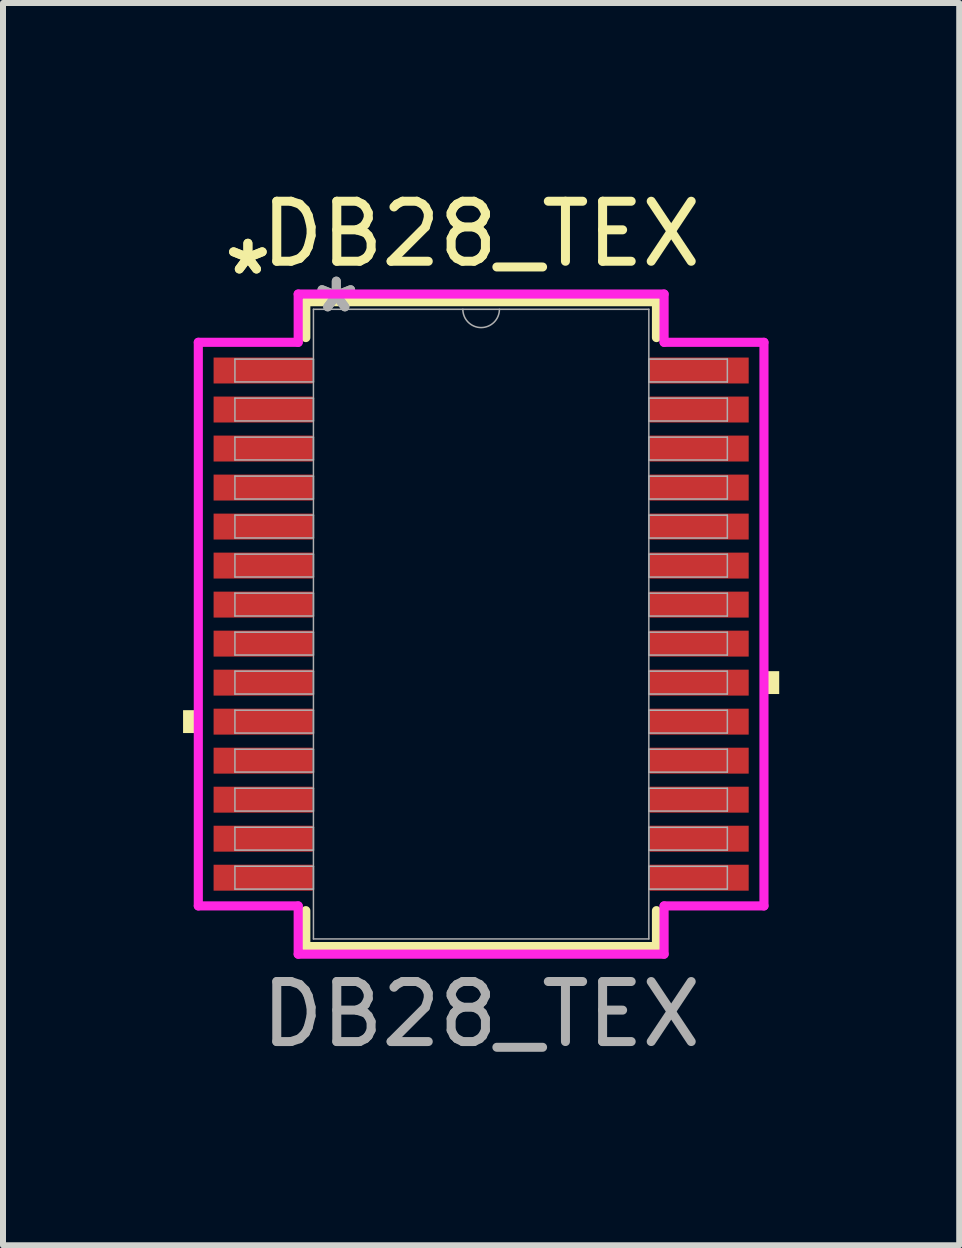
<source format=kicad_pcb>
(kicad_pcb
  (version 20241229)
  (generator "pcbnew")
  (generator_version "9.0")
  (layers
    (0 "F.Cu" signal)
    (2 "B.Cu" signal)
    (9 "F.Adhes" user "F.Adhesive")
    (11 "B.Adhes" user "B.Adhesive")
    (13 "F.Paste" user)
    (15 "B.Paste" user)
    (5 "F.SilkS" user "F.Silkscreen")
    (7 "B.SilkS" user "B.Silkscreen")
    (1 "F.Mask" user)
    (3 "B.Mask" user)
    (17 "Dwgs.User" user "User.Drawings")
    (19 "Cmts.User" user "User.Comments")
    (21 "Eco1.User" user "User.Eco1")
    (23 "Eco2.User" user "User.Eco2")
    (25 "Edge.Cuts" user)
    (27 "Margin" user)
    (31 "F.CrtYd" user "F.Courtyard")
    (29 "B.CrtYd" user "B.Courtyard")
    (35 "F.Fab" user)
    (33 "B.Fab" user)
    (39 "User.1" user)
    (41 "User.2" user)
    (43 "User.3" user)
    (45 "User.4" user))
  (footprint "DB28_TEX"
    (layer "F.Cu")
    (at 4.966 7.348)
    (property "Reference" "DB28_TEX" (at 0 -6.5 0) (unlocked yes) (layer "F.SilkS") (effects (font (size 1 1) (thickness 0.15))))
    (attr smd)
    (fp_line (start -2.921 -5.372) (end -2.921 -4.774) (stroke (width 0.152) (type solid)) (layer "F.SilkS"))
    (fp_line (start -2.921 4.774) (end -2.921 5.372) (stroke (width 0.152) (type solid)) (layer "F.SilkS"))
    (fp_line (start -2.921 5.372) (end 2.921 5.372) (stroke (width 0.152) (type solid)) (layer "F.SilkS"))
    (fp_line (start 2.921 -5.372) (end -2.921 -5.372) (stroke (width 0.152) (type solid)) (layer "F.SilkS"))
    (fp_line (start 2.921 -4.774) (end 2.921 -5.372) (stroke (width 0.152) (type solid)) (layer "F.SilkS"))
    (fp_line (start 2.921 5.372) (end 2.921 4.774) (stroke (width 0.152) (type solid)) (layer "F.SilkS"))
    (fp_poly (pts (xy -4.966 1.434) (xy -4.966 1.815) (xy -4.712 1.815) (xy -4.712 1.434)) (stroke (width 0) (type solid)) (fill yes) (layer "F.SilkS"))
    (fp_poly (pts (xy 4.966 0.784) (xy 4.966 1.165) (xy 4.712 1.165) (xy 4.712 0.784)) (stroke (width 0) (type solid)) (fill yes) (layer "F.SilkS"))
    (fp_line (start -4.712 -4.695) (end -3.048 -4.695) (stroke (width 0.152) (type solid)) (layer "F.CrtYd"))
    (fp_line (start -4.712 4.695) (end -4.712 -4.695) (stroke (width 0.152) (type solid)) (layer "F.CrtYd"))
    (fp_line (start -4.712 4.695) (end -3.048 4.695) (stroke (width 0.152) (type solid)) (layer "F.CrtYd"))
    (fp_line (start -3.048 -5.499) (end 3.048 -5.499) (stroke (width 0.152) (type solid)) (layer "F.CrtYd"))
    (fp_line (start -3.048 -4.695) (end -3.048 -5.499) (stroke (width 0.152) (type solid)) (layer "F.CrtYd"))
    (fp_line (start -3.048 5.499) (end -3.048 4.695) (stroke (width 0.152) (type solid)) (layer "F.CrtYd"))
    (fp_line (start 3.048 -5.499) (end 3.048 -4.695) (stroke (width 0.152) (type solid)) (layer "F.CrtYd"))
    (fp_line (start 3.048 4.695) (end 3.048 5.499) (stroke (width 0.152) (type solid)) (layer "F.CrtYd"))
    (fp_line (start 3.048 5.499) (end -3.048 5.499) (stroke (width 0.152) (type solid)) (layer "F.CrtYd"))
    (fp_line (start 4.712 -4.695) (end 3.048 -4.695) (stroke (width 0.152) (type solid)) (layer "F.CrtYd"))
    (fp_line (start 4.712 -4.695) (end 4.712 4.695) (stroke (width 0.152) (type solid)) (layer "F.CrtYd"))
    (fp_line (start 4.712 4.695) (end 3.048 4.695) (stroke (width 0.152) (type solid)) (layer "F.CrtYd"))
    (fp_line (start -4.102 -4.415) (end -4.102 -4.035) (stroke (width 0.025) (type solid)) (layer "F.Fab"))
    (fp_line (start -4.102 -4.035) (end -2.794 -4.035) (stroke (width 0.025) (type solid)) (layer "F.Fab"))
    (fp_line (start -4.102 -3.765) (end -4.102 -3.385) (stroke (width 0.025) (type solid)) (layer "F.Fab"))
    (fp_line (start -4.102 -3.385) (end -2.794 -3.385) (stroke (width 0.025) (type solid)) (layer "F.Fab"))
    (fp_line (start -4.102 -3.115) (end -4.102 -2.735) (stroke (width 0.025) (type solid)) (layer "F.Fab"))
    (fp_line (start -4.102 -2.735) (end -2.794 -2.735) (stroke (width 0.025) (type solid)) (layer "F.Fab"))
    (fp_line (start -4.102 -2.466) (end -4.102 -2.084) (stroke (width 0.025) (type solid)) (layer "F.Fab"))
    (fp_line (start -4.102 -2.084) (end -2.794 -2.084) (stroke (width 0.025) (type solid)) (layer "F.Fab"))
    (fp_line (start -4.102 -1.816) (end -4.102 -1.435) (stroke (width 0.025) (type solid)) (layer "F.Fab"))
    (fp_line (start -4.102 -1.435) (end -2.794 -1.435) (stroke (width 0.025) (type solid)) (layer "F.Fab"))
    (fp_line (start -4.102 -1.166) (end -4.102 -0.785) (stroke (width 0.025) (type solid)) (layer "F.Fab"))
    (fp_line (start -4.102 -0.785) (end -2.794 -0.785) (stroke (width 0.025) (type solid)) (layer "F.Fab"))
    (fp_line (start -4.102 -0.516) (end -4.102 -0.135) (stroke (width 0.025) (type solid)) (layer "F.Fab"))
    (fp_line (start -4.102 -0.135) (end -2.794 -0.135) (stroke (width 0.025) (type solid)) (layer "F.Fab"))
    (fp_line (start -4.102 0.134) (end -4.102 0.515) (stroke (width 0.025) (type solid)) (layer "F.Fab"))
    (fp_line (start -4.102 0.515) (end -2.794 0.515) (stroke (width 0.025) (type solid)) (layer "F.Fab"))
    (fp_line (start -4.102 0.784) (end -4.102 1.165) (stroke (width 0.025) (type solid)) (layer "F.Fab"))
    (fp_line (start -4.102 1.165) (end -2.794 1.165) (stroke (width 0.025) (type solid)) (layer "F.Fab"))
    (fp_line (start -4.102 1.434) (end -4.102 1.815) (stroke (width 0.025) (type solid)) (layer "F.Fab"))
    (fp_line (start -4.102 1.815) (end -2.794 1.815) (stroke (width 0.025) (type solid)) (layer "F.Fab"))
    (fp_line (start -4.102 2.084) (end -4.102 2.465) (stroke (width 0.025) (type solid)) (layer "F.Fab"))
    (fp_line (start -4.102 2.465) (end -2.794 2.465) (stroke (width 0.025) (type solid)) (layer "F.Fab"))
    (fp_line (start -4.102 2.734) (end -4.102 3.115) (stroke (width 0.025) (type solid)) (layer "F.Fab"))
    (fp_line (start -4.102 3.115) (end -2.794 3.115) (stroke (width 0.025) (type solid)) (layer "F.Fab"))
    (fp_line (start -4.102 3.384) (end -4.102 3.765) (stroke (width 0.025) (type solid)) (layer "F.Fab"))
    (fp_line (start -4.102 3.765) (end -2.794 3.765) (stroke (width 0.025) (type solid)) (layer "F.Fab"))
    (fp_line (start -4.102 4.034) (end -4.102 4.415) (stroke (width 0.025) (type solid)) (layer "F.Fab"))
    (fp_line (start -4.102 4.415) (end -2.794 4.415) (stroke (width 0.025) (type solid)) (layer "F.Fab"))
    (fp_line (start -2.794 -5.245) (end -2.794 5.245) (stroke (width 0.025) (type solid)) (layer "F.Fab"))
    (fp_line (start -2.794 -4.415) (end -4.102 -4.415) (stroke (width 0.025) (type solid)) (layer "F.Fab"))
    (fp_line (start -2.794 -4.035) (end -2.794 -4.415) (stroke (width 0.025) (type solid)) (layer "F.Fab"))
    (fp_line (start -2.794 -3.765) (end -4.102 -3.765) (stroke (width 0.025) (type solid)) (layer "F.Fab"))
    (fp_line (start -2.794 -3.385) (end -2.794 -3.765) (stroke (width 0.025) (type solid)) (layer "F.Fab"))
    (fp_line (start -2.794 -3.115) (end -4.102 -3.115) (stroke (width 0.025) (type solid)) (layer "F.Fab"))
    (fp_line (start -2.794 -2.735) (end -2.794 -3.115) (stroke (width 0.025) (type solid)) (layer "F.Fab"))
    (fp_line (start -2.794 -2.466) (end -4.102 -2.466) (stroke (width 0.025) (type solid)) (layer "F.Fab"))
    (fp_line (start -2.794 -2.084) (end -2.794 -2.466) (stroke (width 0.025) (type solid)) (layer "F.Fab"))
    (fp_line (start -2.794 -1.816) (end -4.102 -1.816) (stroke (width 0.025) (type solid)) (layer "F.Fab"))
    (fp_line (start -2.794 -1.435) (end -2.794 -1.816) (stroke (width 0.025) (type solid)) (layer "F.Fab"))
    (fp_line (start -2.794 -1.166) (end -4.102 -1.166) (stroke (width 0.025) (type solid)) (layer "F.Fab"))
    (fp_line (start -2.794 -0.785) (end -2.794 -1.166) (stroke (width 0.025) (type solid)) (layer "F.Fab"))
    (fp_line (start -2.794 -0.516) (end -4.102 -0.516) (stroke (width 0.025) (type solid)) (layer "F.Fab"))
    (fp_line (start -2.794 -0.135) (end -2.794 -0.516) (stroke (width 0.025) (type solid)) (layer "F.Fab"))
    (fp_line (start -2.794 0.134) (end -4.102 0.134) (stroke (width 0.025) (type solid)) (layer "F.Fab"))
    (fp_line (start -2.794 0.515) (end -2.794 0.134) (stroke (width 0.025) (type solid)) (layer "F.Fab"))
    (fp_line (start -2.794 0.784) (end -4.102 0.784) (stroke (width 0.025) (type solid)) (layer "F.Fab"))
    (fp_line (start -2.794 1.165) (end -2.794 0.784) (stroke (width 0.025) (type solid)) (layer "F.Fab"))
    (fp_line (start -2.794 1.434) (end -4.102 1.434) (stroke (width 0.025) (type solid)) (layer "F.Fab"))
    (fp_line (start -2.794 1.815) (end -2.794 1.434) (stroke (width 0.025) (type solid)) (layer "F.Fab"))
    (fp_line (start -2.794 2.084) (end -4.102 2.084) (stroke (width 0.025) (type solid)) (layer "F.Fab"))
    (fp_line (start -2.794 2.465) (end -2.794 2.084) (stroke (width 0.025) (type solid)) (layer "F.Fab"))
    (fp_line (start -2.794 2.734) (end -4.102 2.734) (stroke (width 0.025) (type solid)) (layer "F.Fab"))
    (fp_line (start -2.794 3.115) (end -2.794 2.734) (stroke (width 0.025) (type solid)) (layer "F.Fab"))
    (fp_line (start -2.794 3.384) (end -4.102 3.384) (stroke (width 0.025) (type solid)) (layer "F.Fab"))
    (fp_line (start -2.794 3.765) (end -2.794 3.384) (stroke (width 0.025) (type solid)) (layer "F.Fab"))
    (fp_line (start -2.794 4.034) (end -4.102 4.034) (stroke (width 0.025) (type solid)) (layer "F.Fab"))
    (fp_line (start -2.794 4.415) (end -2.794 4.034) (stroke (width 0.025) (type solid)) (layer "F.Fab"))
    (fp_line (start -2.794 5.245) (end 2.794 5.245) (stroke (width 0.025) (type solid)) (layer "F.Fab"))
    (fp_line (start 2.794 -5.245) (end -2.794 -5.245) (stroke (width 0.025) (type solid)) (layer "F.Fab"))
    (fp_line (start 2.794 -4.415) (end 2.794 -4.034) (stroke (width 0.025) (type solid)) (layer "F.Fab"))
    (fp_line (start 2.794 -4.034) (end 4.102 -4.034) (stroke (width 0.025) (type solid)) (layer "F.Fab"))
    (fp_line (start 2.794 -3.765) (end 2.794 -3.384) (stroke (width 0.025) (type solid)) (layer "F.Fab"))
    (fp_line (start 2.794 -3.384) (end 4.102 -3.384) (stroke (width 0.025) (type solid)) (layer "F.Fab"))
    (fp_line (start 2.794 -3.115) (end 2.794 -2.734) (stroke (width 0.025) (type solid)) (layer "F.Fab"))
    (fp_line (start 2.794 -2.734) (end 4.102 -2.734) (stroke (width 0.025) (type solid)) (layer "F.Fab"))
    (fp_line (start 2.794 -2.465) (end 2.794 -2.084) (stroke (width 0.025) (type solid)) (layer "F.Fab"))
    (fp_line (start 2.794 -2.084) (end 4.102 -2.084) (stroke (width 0.025) (type solid)) (layer "F.Fab"))
    (fp_line (start 2.794 -1.815) (end 2.794 -1.434) (stroke (width 0.025) (type solid)) (layer "F.Fab"))
    (fp_line (start 2.794 -1.434) (end 4.102 -1.434) (stroke (width 0.025) (type solid)) (layer "F.Fab"))
    (fp_line (start 2.794 -1.165) (end 2.794 -0.784) (stroke (width 0.025) (type solid)) (layer "F.Fab"))
    (fp_line (start 2.794 -0.784) (end 4.102 -0.784) (stroke (width 0.025) (type solid)) (layer "F.Fab"))
    (fp_line (start 2.794 -0.515) (end 2.794 -0.134) (stroke (width 0.025) (type solid)) (layer "F.Fab"))
    (fp_line (start 2.794 -0.134) (end 4.102 -0.134) (stroke (width 0.025) (type solid)) (layer "F.Fab"))
    (fp_line (start 2.794 0.135) (end 2.794 0.516) (stroke (width 0.025) (type solid)) (layer "F.Fab"))
    (fp_line (start 2.794 0.516) (end 4.102 0.516) (stroke (width 0.025) (type solid)) (layer "F.Fab"))
    (fp_line (start 2.794 0.784) (end 2.794 1.165) (stroke (width 0.025) (type solid)) (layer "F.Fab"))
    (fp_line (start 2.794 1.165) (end 4.102 1.165) (stroke (width 0.025) (type solid)) (layer "F.Fab"))
    (fp_line (start 2.794 1.435) (end 2.794 1.815) (stroke (width 0.025) (type solid)) (layer "F.Fab"))
    (fp_line (start 2.794 1.815) (end 4.102 1.815) (stroke (width 0.025) (type solid)) (layer "F.Fab"))
    (fp_line (start 2.794 2.084) (end 2.794 2.466) (stroke (width 0.025) (type solid)) (layer "F.Fab"))
    (fp_line (start 2.794 2.466) (end 4.102 2.466) (stroke (width 0.025) (type solid)) (layer "F.Fab"))
    (fp_line (start 2.794 2.735) (end 2.794 3.115) (stroke (width 0.025) (type solid)) (layer "F.Fab"))
    (fp_line (start 2.794 3.115) (end 4.102 3.115) (stroke (width 0.025) (type solid)) (layer "F.Fab"))
    (fp_line (start 2.794 3.385) (end 2.794 3.765) (stroke (width 0.025) (type solid)) (layer "F.Fab"))
    (fp_line (start 2.794 3.765) (end 4.102 3.765) (stroke (width 0.025) (type solid)) (layer "F.Fab"))
    (fp_line (start 2.794 4.035) (end 2.794 4.415) (stroke (width 0.025) (type solid)) (layer "F.Fab"))
    (fp_line (start 2.794 4.415) (end 4.102 4.415) (stroke (width 0.025) (type solid)) (layer "F.Fab"))
    (fp_line (start 2.794 5.245) (end 2.794 -5.245) (stroke (width 0.025) (type solid)) (layer "F.Fab"))
    (fp_line (start 4.102 -4.415) (end 2.794 -4.415) (stroke (width 0.025) (type solid)) (layer "F.Fab"))
    (fp_line (start 4.102 -4.034) (end 4.102 -4.415) (stroke (width 0.025) (type solid)) (layer "F.Fab"))
    (fp_line (start 4.102 -3.765) (end 2.794 -3.765) (stroke (width 0.025) (type solid)) (layer "F.Fab"))
    (fp_line (start 4.102 -3.384) (end 4.102 -3.765) (stroke (width 0.025) (type solid)) (layer "F.Fab"))
    (fp_line (start 4.102 -3.115) (end 2.794 -3.115) (stroke (width 0.025) (type solid)) (layer "F.Fab"))
    (fp_line (start 4.102 -2.734) (end 4.102 -3.115) (stroke (width 0.025) (type solid)) (layer "F.Fab"))
    (fp_line (start 4.102 -2.465) (end 2.794 -2.465) (stroke (width 0.025) (type solid)) (layer "F.Fab"))
    (fp_line (start 4.102 -2.084) (end 4.102 -2.465) (stroke (width 0.025) (type solid)) (layer "F.Fab"))
    (fp_line (start 4.102 -1.815) (end 2.794 -1.815) (stroke (width 0.025) (type solid)) (layer "F.Fab"))
    (fp_line (start 4.102 -1.434) (end 4.102 -1.815) (stroke (width 0.025) (type solid)) (layer "F.Fab"))
    (fp_line (start 4.102 -1.165) (end 2.794 -1.165) (stroke (width 0.025) (type solid)) (layer "F.Fab"))
    (fp_line (start 4.102 -0.784) (end 4.102 -1.165) (stroke (width 0.025) (type solid)) (layer "F.Fab"))
    (fp_line (start 4.102 -0.515) (end 2.794 -0.515) (stroke (width 0.025) (type solid)) (layer "F.Fab"))
    (fp_line (start 4.102 -0.134) (end 4.102 -0.515) (stroke (width 0.025) (type solid)) (layer "F.Fab"))
    (fp_line (start 4.102 0.135) (end 2.794 0.135) (stroke (width 0.025) (type solid)) (layer "F.Fab"))
    (fp_line (start 4.102 0.516) (end 4.102 0.135) (stroke (width 0.025) (type solid)) (layer "F.Fab"))
    (fp_line (start 4.102 0.784) (end 2.794 0.784) (stroke (width 0.025) (type solid)) (layer "F.Fab"))
    (fp_line (start 4.102 1.165) (end 4.102 0.784) (stroke (width 0.025) (type solid)) (layer "F.Fab"))
    (fp_line (start 4.102 1.435) (end 2.794 1.435) (stroke (width 0.025) (type solid)) (layer "F.Fab"))
    (fp_line (start 4.102 1.815) (end 4.102 1.435) (stroke (width 0.025) (type solid)) (layer "F.Fab"))
    (fp_line (start 4.102 2.084) (end 2.794 2.084) (stroke (width 0.025) (type solid)) (layer "F.Fab"))
    (fp_line (start 4.102 2.466) (end 4.102 2.084) (stroke (width 0.025) (type solid)) (layer "F.Fab"))
    (fp_line (start 4.102 2.735) (end 2.794 2.735) (stroke (width 0.025) (type solid)) (layer "F.Fab"))
    (fp_line (start 4.102 3.115) (end 4.102 2.735) (stroke (width 0.025) (type solid)) (layer "F.Fab"))
    (fp_line (start 4.102 3.385) (end 2.794 3.385) (stroke (width 0.025) (type solid)) (layer "F.Fab"))
    (fp_line (start 4.102 3.765) (end 4.102 3.385) (stroke (width 0.025) (type solid)) (layer "F.Fab"))
    (fp_line (start 4.102 4.035) (end 2.794 4.035) (stroke (width 0.025) (type solid)) (layer "F.Fab"))
    (fp_line (start 4.102 4.415) (end 4.102 4.035) (stroke (width 0.025) (type solid)) (layer "F.Fab"))
    (fp_arc (start 0.3048 -5.2451) (mid 0 -4.9403) (end -0.3048 -5.2451) (stroke (width 0.0254) (type solid)) (layer "F.Fab"))
    (fp_text user "*" (at -3.886 -5.8 0) (layer "F.SilkS") (effects (font (size 1 1) (thickness 0.15))))
    (fp_text user "*" (at -3.886 -5.8 0) (unlocked yes) (layer "F.SilkS") (effects (font (size 1 1) (thickness 0.15))))
    (fp_text user "*" (at -2.413 -5.169 0) (unlocked yes) (layer "F.Fab") (effects (font (size 1 1) (thickness 0.15))))
    (fp_text user "${REFERENCE}" (at 0 6.5 0) (unlocked yes) (layer "F.Fab") (effects (font (size 1 1) (thickness 0.15))))
    (fp_text user "*" (at -2.413 -5.169 0) (layer "F.Fab") (effects (font (size 1 1) (thickness 0.15))))
    (pad "1" smd rect (at -3.632 -4.225) (size 1.651 0.432) (layers "F.Cu" "F.Mask" "F.Paste"))
    (pad "2" smd rect (at -3.632 -3.575) (size 1.651 0.432) (layers "F.Cu" "F.Mask" "F.Paste"))
    (pad "3" smd rect (at -3.632 -2.925) (size 1.651 0.432) (layers "F.Cu" "F.Mask" "F.Paste"))
    (pad "4" smd rect (at -3.632 -2.275) (size 1.651 0.432) (layers "F.Cu" "F.Mask" "F.Paste"))
    (pad "5" smd rect (at -3.632 -1.625) (size 1.651 0.432) (layers "F.Cu" "F.Mask" "F.Paste"))
    (pad "6" smd rect (at -3.632 -0.975) (size 1.651 0.432) (layers "F.Cu" "F.Mask" "F.Paste"))
    (pad "7" smd rect (at -3.632 -0.325) (size 1.651 0.432) (layers "F.Cu" "F.Mask" "F.Paste"))
    (pad "8" smd rect (at -3.632 0.325) (size 1.651 0.432) (layers "F.Cu" "F.Mask" "F.Paste"))
    (pad "9" smd rect (at -3.632 0.975) (size 1.651 0.432) (layers "F.Cu" "F.Mask" "F.Paste"))
    (pad "10" smd rect (at -3.632 1.625) (size 1.651 0.432) (layers "F.Cu" "F.Mask" "F.Paste"))
    (pad "11" smd rect (at -3.632 2.275) (size 1.651 0.432) (layers "F.Cu" "F.Mask" "F.Paste"))
    (pad "12" smd rect (at -3.632 2.925) (size 1.651 0.432) (layers "F.Cu" "F.Mask" "F.Paste"))
    (pad "13" smd rect (at -3.632 3.575) (size 1.651 0.432) (layers "F.Cu" "F.Mask" "F.Paste"))
    (pad "14" smd rect (at -3.632 4.225) (size 1.651 0.432) (layers "F.Cu" "F.Mask" "F.Paste"))
    (pad "15" smd rect (at 3.632 4.225) (size 1.651 0.432) (layers "F.Cu" "F.Mask" "F.Paste"))
    (pad "16" smd rect (at 3.632 3.575) (size 1.651 0.432) (layers "F.Cu" "F.Mask" "F.Paste"))
    (pad "17" smd rect (at 3.632 2.925) (size 1.651 0.432) (layers "F.Cu" "F.Mask" "F.Paste"))
    (pad "18" smd rect (at 3.632 2.275) (size 1.651 0.432) (layers "F.Cu" "F.Mask" "F.Paste"))
    (pad "19" smd rect (at 3.632 1.625) (size 1.651 0.432) (layers "F.Cu" "F.Mask" "F.Paste"))
    (pad "20" smd rect (at 3.632 0.975) (size 1.651 0.432) (layers "F.Cu" "F.Mask" "F.Paste"))
    (pad "21" smd rect (at 3.632 0.325) (size 1.651 0.432) (layers "F.Cu" "F.Mask" "F.Paste"))
    (pad "22" smd rect (at 3.632 -0.325) (size 1.651 0.432) (layers "F.Cu" "F.Mask" "F.Paste"))
    (pad "23" smd rect (at 3.632 -0.975) (size 1.651 0.432) (layers "F.Cu" "F.Mask" "F.Paste"))
    (pad "24" smd rect (at 3.632 -1.625) (size 1.651 0.432) (layers "F.Cu" "F.Mask" "F.Paste"))
    (pad "25" smd rect (at 3.632 -2.275) (size 1.651 0.432) (layers "F.Cu" "F.Mask" "F.Paste"))
    (pad "26" smd rect (at 3.632 -2.925) (size 1.651 0.432) (layers "F.Cu" "F.Mask" "F.Paste"))
    (pad "27" smd rect (at 3.632 -3.575) (size 1.651 0.432) (layers "F.Cu" "F.Mask" "F.Paste"))
    (pad "28" smd rect (at 3.632 -4.225) (size 1.651 0.432) (layers "F.Cu" "F.Mask" "F.Paste")))
  (gr_rect
    (start -3 -3)
    (end 12.931 17.697)
    (stroke (width 0.1) (type default))
    (fill no)
    (layer "Edge.Cuts")))
</source>
